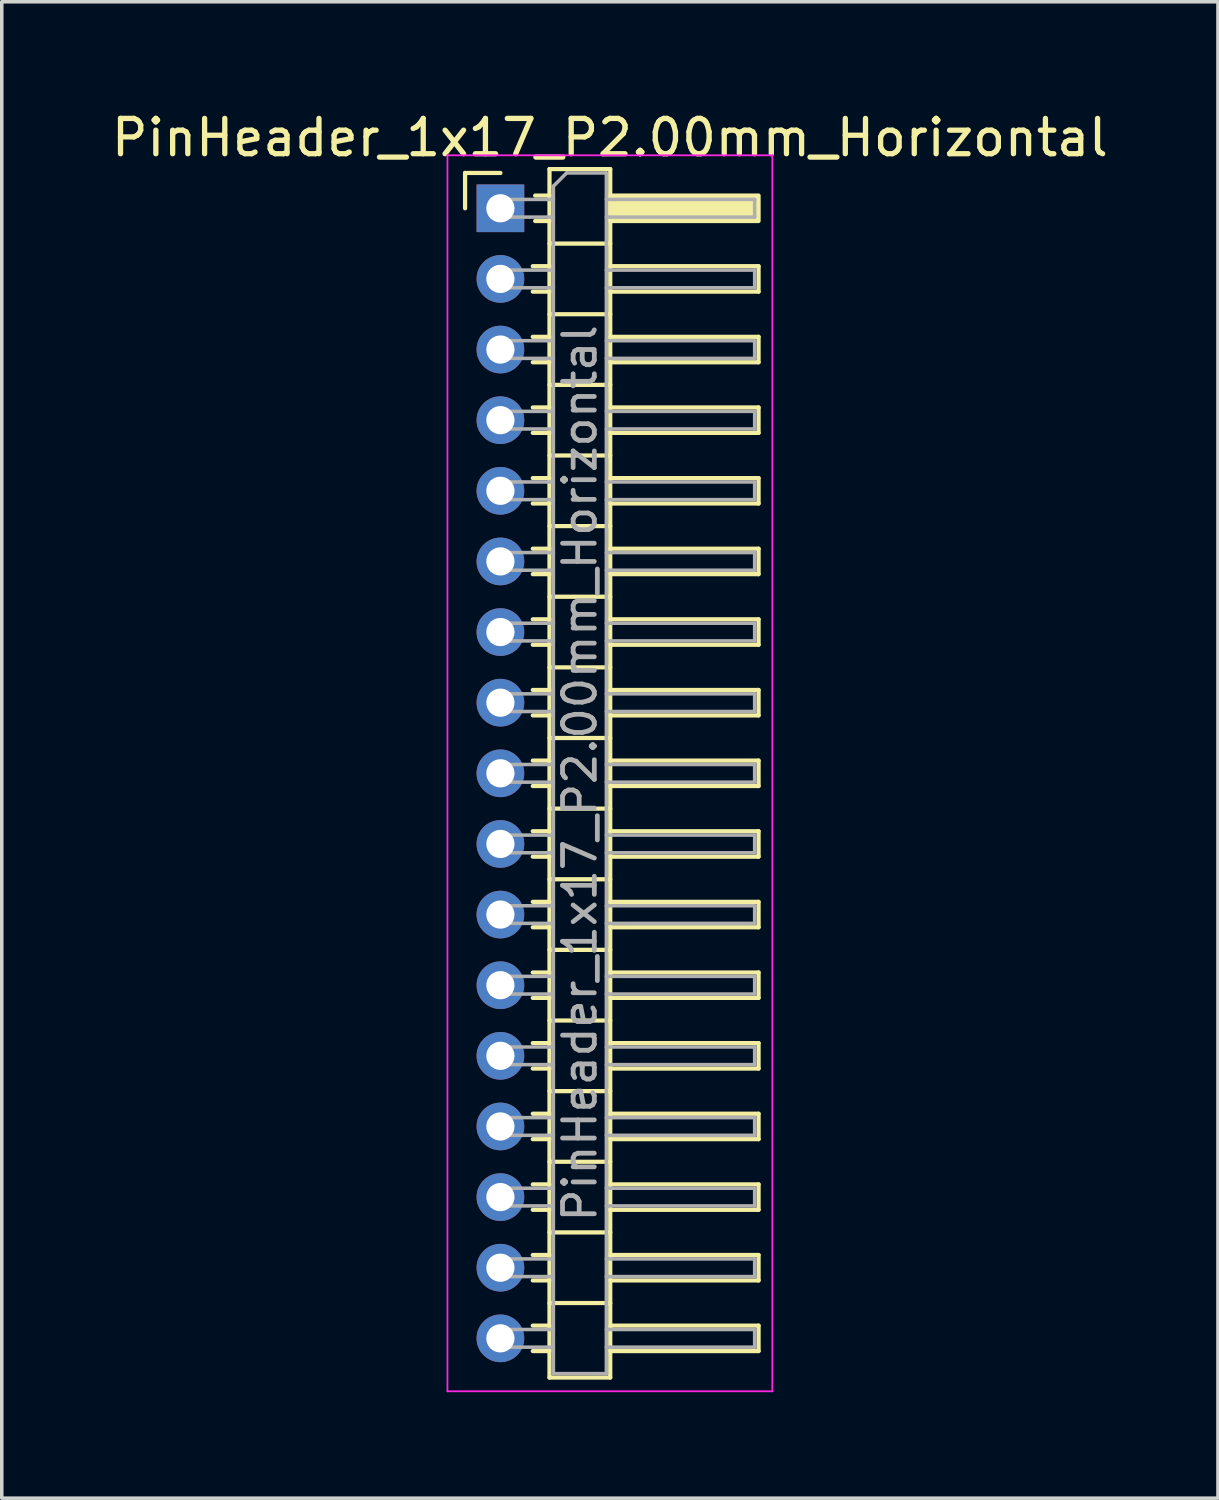
<source format=kicad_pcb>
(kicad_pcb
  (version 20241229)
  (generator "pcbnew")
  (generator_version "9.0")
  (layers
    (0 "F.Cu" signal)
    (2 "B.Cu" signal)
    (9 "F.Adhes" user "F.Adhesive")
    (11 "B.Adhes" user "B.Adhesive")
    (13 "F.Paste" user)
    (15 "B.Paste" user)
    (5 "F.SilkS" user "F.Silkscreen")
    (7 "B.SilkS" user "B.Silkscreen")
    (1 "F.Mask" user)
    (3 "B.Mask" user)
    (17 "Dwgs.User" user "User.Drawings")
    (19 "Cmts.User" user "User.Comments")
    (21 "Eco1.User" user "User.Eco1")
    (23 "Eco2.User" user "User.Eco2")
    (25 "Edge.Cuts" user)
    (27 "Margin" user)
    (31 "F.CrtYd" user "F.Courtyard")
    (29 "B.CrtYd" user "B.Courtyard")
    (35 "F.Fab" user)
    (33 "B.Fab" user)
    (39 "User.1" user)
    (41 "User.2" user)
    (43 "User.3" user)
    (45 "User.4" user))
  (footprint "PinHeader_1x17_P2.00mm_Horizontal"
    (layer "F.Cu")
    (at 11.12 2.848)
    (property "Reference" "PinHeader_1x17_P2.00mm_Horizontal" (at 3.1 -2 0) (layer "F.SilkS") (effects (font (size 1 1) (thickness 0.15))))
    (attr through_hole)
    (fp_line (start -1 -1) (end 0 -1) (stroke (width 0.12) (type solid)) (layer "F.SilkS"))
    (fp_line (start -1 0) (end -1 -1) (stroke (width 0.12) (type solid)) (layer "F.SilkS"))
    (fp_line (start 0.917 1.64) (end 1.39 1.64) (stroke (width 0.12) (type solid)) (layer "F.SilkS"))
    (fp_line (start 0.917 2.36) (end 1.39 2.36) (stroke (width 0.12) (type solid)) (layer "F.SilkS"))
    (fp_line (start 0.917 3.64) (end 1.39 3.64) (stroke (width 0.12) (type solid)) (layer "F.SilkS"))
    (fp_line (start 0.917 4.36) (end 1.39 4.36) (stroke (width 0.12) (type solid)) (layer "F.SilkS"))
    (fp_line (start 0.917 5.64) (end 1.39 5.64) (stroke (width 0.12) (type solid)) (layer "F.SilkS"))
    (fp_line (start 0.917 6.36) (end 1.39 6.36) (stroke (width 0.12) (type solid)) (layer "F.SilkS"))
    (fp_line (start 0.917 7.64) (end 1.39 7.64) (stroke (width 0.12) (type solid)) (layer "F.SilkS"))
    (fp_line (start 0.917 8.36) (end 1.39 8.36) (stroke (width 0.12) (type solid)) (layer "F.SilkS"))
    (fp_line (start 0.917 9.64) (end 1.39 9.64) (stroke (width 0.12) (type solid)) (layer "F.SilkS"))
    (fp_line (start 0.917 10.36) (end 1.39 10.36) (stroke (width 0.12) (type solid)) (layer "F.SilkS"))
    (fp_line (start 0.917 11.64) (end 1.39 11.64) (stroke (width 0.12) (type solid)) (layer "F.SilkS"))
    (fp_line (start 0.917 12.36) (end 1.39 12.36) (stroke (width 0.12) (type solid)) (layer "F.SilkS"))
    (fp_line (start 0.917 13.64) (end 1.39 13.64) (stroke (width 0.12) (type solid)) (layer "F.SilkS"))
    (fp_line (start 0.917 14.36) (end 1.39 14.36) (stroke (width 0.12) (type solid)) (layer "F.SilkS"))
    (fp_line (start 0.917 15.64) (end 1.39 15.64) (stroke (width 0.12) (type solid)) (layer "F.SilkS"))
    (fp_line (start 0.917 16.36) (end 1.39 16.36) (stroke (width 0.12) (type solid)) (layer "F.SilkS"))
    (fp_line (start 0.917 17.64) (end 1.39 17.64) (stroke (width 0.12) (type solid)) (layer "F.SilkS"))
    (fp_line (start 0.917 18.36) (end 1.39 18.36) (stroke (width 0.12) (type solid)) (layer "F.SilkS"))
    (fp_line (start 0.917 19.64) (end 1.39 19.64) (stroke (width 0.12) (type solid)) (layer "F.SilkS"))
    (fp_line (start 0.917 20.36) (end 1.39 20.36) (stroke (width 0.12) (type solid)) (layer "F.SilkS"))
    (fp_line (start 0.917 21.64) (end 1.39 21.64) (stroke (width 0.12) (type solid)) (layer "F.SilkS"))
    (fp_line (start 0.917 22.36) (end 1.39 22.36) (stroke (width 0.12) (type solid)) (layer "F.SilkS"))
    (fp_line (start 0.917 23.64) (end 1.39 23.64) (stroke (width 0.12) (type solid)) (layer "F.SilkS"))
    (fp_line (start 0.917 24.36) (end 1.39 24.36) (stroke (width 0.12) (type solid)) (layer "F.SilkS"))
    (fp_line (start 0.917 25.64) (end 1.39 25.64) (stroke (width 0.12) (type solid)) (layer "F.SilkS"))
    (fp_line (start 0.917 26.36) (end 1.39 26.36) (stroke (width 0.12) (type solid)) (layer "F.SilkS"))
    (fp_line (start 0.917 27.64) (end 1.39 27.64) (stroke (width 0.12) (type solid)) (layer "F.SilkS"))
    (fp_line (start 0.917 28.36) (end 1.39 28.36) (stroke (width 0.12) (type solid)) (layer "F.SilkS"))
    (fp_line (start 0.917 29.64) (end 1.39 29.64) (stroke (width 0.12) (type solid)) (layer "F.SilkS"))
    (fp_line (start 0.917 30.36) (end 1.39 30.36) (stroke (width 0.12) (type solid)) (layer "F.SilkS"))
    (fp_line (start 0.917 31.64) (end 1.39 31.64) (stroke (width 0.12) (type solid)) (layer "F.SilkS"))
    (fp_line (start 0.917 32.36) (end 1.39 32.36) (stroke (width 0.12) (type solid)) (layer "F.SilkS"))
    (fp_line (start 0.985 -0.36) (end 1.39 -0.36) (stroke (width 0.12) (type solid)) (layer "F.SilkS"))
    (fp_line (start 0.985 0.36) (end 1.39 0.36) (stroke (width 0.12) (type solid)) (layer "F.SilkS"))
    (fp_line (start 1.39 -1.11) (end 1.39 33.11) (stroke (width 0.12) (type solid)) (layer "F.SilkS"))
    (fp_line (start 1.39 1) (end 3.11 1) (stroke (width 0.12) (type solid)) (layer "F.SilkS"))
    (fp_line (start 1.39 3) (end 3.11 3) (stroke (width 0.12) (type solid)) (layer "F.SilkS"))
    (fp_line (start 1.39 5) (end 3.11 5) (stroke (width 0.12) (type solid)) (layer "F.SilkS"))
    (fp_line (start 1.39 7) (end 3.11 7) (stroke (width 0.12) (type solid)) (layer "F.SilkS"))
    (fp_line (start 1.39 9) (end 3.11 9) (stroke (width 0.12) (type solid)) (layer "F.SilkS"))
    (fp_line (start 1.39 11) (end 3.11 11) (stroke (width 0.12) (type solid)) (layer "F.SilkS"))
    (fp_line (start 1.39 13) (end 3.11 13) (stroke (width 0.12) (type solid)) (layer "F.SilkS"))
    (fp_line (start 1.39 15) (end 3.11 15) (stroke (width 0.12) (type solid)) (layer "F.SilkS"))
    (fp_line (start 1.39 17) (end 3.11 17) (stroke (width 0.12) (type solid)) (layer "F.SilkS"))
    (fp_line (start 1.39 19) (end 3.11 19) (stroke (width 0.12) (type solid)) (layer "F.SilkS"))
    (fp_line (start 1.39 21) (end 3.11 21) (stroke (width 0.12) (type solid)) (layer "F.SilkS"))
    (fp_line (start 1.39 23) (end 3.11 23) (stroke (width 0.12) (type solid)) (layer "F.SilkS"))
    (fp_line (start 1.39 25) (end 3.11 25) (stroke (width 0.12) (type solid)) (layer "F.SilkS"))
    (fp_line (start 1.39 27) (end 3.11 27) (stroke (width 0.12) (type solid)) (layer "F.SilkS"))
    (fp_line (start 1.39 29) (end 3.11 29) (stroke (width 0.12) (type solid)) (layer "F.SilkS"))
    (fp_line (start 1.39 31) (end 3.11 31) (stroke (width 0.12) (type solid)) (layer "F.SilkS"))
    (fp_line (start 1.39 33.11) (end 3.11 33.11) (stroke (width 0.12) (type solid)) (layer "F.SilkS"))
    (fp_line (start 3.11 -1.11) (end 1.39 -1.11) (stroke (width 0.12) (type solid)) (layer "F.SilkS"))
    (fp_line (start 3.11 1.64) (end 7.31 1.64) (stroke (width 0.12) (type solid)) (layer "F.SilkS"))
    (fp_line (start 3.11 3.64) (end 7.31 3.64) (stroke (width 0.12) (type solid)) (layer "F.SilkS"))
    (fp_line (start 3.11 5.64) (end 7.31 5.64) (stroke (width 0.12) (type solid)) (layer "F.SilkS"))
    (fp_line (start 3.11 7.64) (end 7.31 7.64) (stroke (width 0.12) (type solid)) (layer "F.SilkS"))
    (fp_line (start 3.11 9.64) (end 7.31 9.64) (stroke (width 0.12) (type solid)) (layer "F.SilkS"))
    (fp_line (start 3.11 11.64) (end 7.31 11.64) (stroke (width 0.12) (type solid)) (layer "F.SilkS"))
    (fp_line (start 3.11 13.64) (end 7.31 13.64) (stroke (width 0.12) (type solid)) (layer "F.SilkS"))
    (fp_line (start 3.11 15.64) (end 7.31 15.64) (stroke (width 0.12) (type solid)) (layer "F.SilkS"))
    (fp_line (start 3.11 17.64) (end 7.31 17.64) (stroke (width 0.12) (type solid)) (layer "F.SilkS"))
    (fp_line (start 3.11 19.64) (end 7.31 19.64) (stroke (width 0.12) (type solid)) (layer "F.SilkS"))
    (fp_line (start 3.11 21.64) (end 7.31 21.64) (stroke (width 0.12) (type solid)) (layer "F.SilkS"))
    (fp_line (start 3.11 23.64) (end 7.31 23.64) (stroke (width 0.12) (type solid)) (layer "F.SilkS"))
    (fp_line (start 3.11 25.64) (end 7.31 25.64) (stroke (width 0.12) (type solid)) (layer "F.SilkS"))
    (fp_line (start 3.11 27.64) (end 7.31 27.64) (stroke (width 0.12) (type solid)) (layer "F.SilkS"))
    (fp_line (start 3.11 29.64) (end 7.31 29.64) (stroke (width 0.12) (type solid)) (layer "F.SilkS"))
    (fp_line (start 3.11 31.64) (end 7.31 31.64) (stroke (width 0.12) (type solid)) (layer "F.SilkS"))
    (fp_line (start 3.11 33.11) (end 3.11 -1.11) (stroke (width 0.12) (type solid)) (layer "F.SilkS"))
    (fp_line (start 7.31 1.64) (end 7.31 2.36) (stroke (width 0.12) (type solid)) (layer "F.SilkS"))
    (fp_line (start 7.31 2.36) (end 3.11 2.36) (stroke (width 0.12) (type solid)) (layer "F.SilkS"))
    (fp_line (start 7.31 3.64) (end 7.31 4.36) (stroke (width 0.12) (type solid)) (layer "F.SilkS"))
    (fp_line (start 7.31 4.36) (end 3.11 4.36) (stroke (width 0.12) (type solid)) (layer "F.SilkS"))
    (fp_line (start 7.31 5.64) (end 7.31 6.36) (stroke (width 0.12) (type solid)) (layer "F.SilkS"))
    (fp_line (start 7.31 6.36) (end 3.11 6.36) (stroke (width 0.12) (type solid)) (layer "F.SilkS"))
    (fp_line (start 7.31 7.64) (end 7.31 8.36) (stroke (width 0.12) (type solid)) (layer "F.SilkS"))
    (fp_line (start 7.31 8.36) (end 3.11 8.36) (stroke (width 0.12) (type solid)) (layer "F.SilkS"))
    (fp_line (start 7.31 9.64) (end 7.31 10.36) (stroke (width 0.12) (type solid)) (layer "F.SilkS"))
    (fp_line (start 7.31 10.36) (end 3.11 10.36) (stroke (width 0.12) (type solid)) (layer "F.SilkS"))
    (fp_line (start 7.31 11.64) (end 7.31 12.36) (stroke (width 0.12) (type solid)) (layer "F.SilkS"))
    (fp_line (start 7.31 12.36) (end 3.11 12.36) (stroke (width 0.12) (type solid)) (layer "F.SilkS"))
    (fp_line (start 7.31 13.64) (end 7.31 14.36) (stroke (width 0.12) (type solid)) (layer "F.SilkS"))
    (fp_line (start 7.31 14.36) (end 3.11 14.36) (stroke (width 0.12) (type solid)) (layer "F.SilkS"))
    (fp_line (start 7.31 15.64) (end 7.31 16.36) (stroke (width 0.12) (type solid)) (layer "F.SilkS"))
    (fp_line (start 7.31 16.36) (end 3.11 16.36) (stroke (width 0.12) (type solid)) (layer "F.SilkS"))
    (fp_line (start 7.31 17.64) (end 7.31 18.36) (stroke (width 0.12) (type solid)) (layer "F.SilkS"))
    (fp_line (start 7.31 18.36) (end 3.11 18.36) (stroke (width 0.12) (type solid)) (layer "F.SilkS"))
    (fp_line (start 7.31 19.64) (end 7.31 20.36) (stroke (width 0.12) (type solid)) (layer "F.SilkS"))
    (fp_line (start 7.31 20.36) (end 3.11 20.36) (stroke (width 0.12) (type solid)) (layer "F.SilkS"))
    (fp_line (start 7.31 21.64) (end 7.31 22.36) (stroke (width 0.12) (type solid)) (layer "F.SilkS"))
    (fp_line (start 7.31 22.36) (end 3.11 22.36) (stroke (width 0.12) (type solid)) (layer "F.SilkS"))
    (fp_line (start 7.31 23.64) (end 7.31 24.36) (stroke (width 0.12) (type solid)) (layer "F.SilkS"))
    (fp_line (start 7.31 24.36) (end 3.11 24.36) (stroke (width 0.12) (type solid)) (layer "F.SilkS"))
    (fp_line (start 7.31 25.64) (end 7.31 26.36) (stroke (width 0.12) (type solid)) (layer "F.SilkS"))
    (fp_line (start 7.31 26.36) (end 3.11 26.36) (stroke (width 0.12) (type solid)) (layer "F.SilkS"))
    (fp_line (start 7.31 27.64) (end 7.31 28.36) (stroke (width 0.12) (type solid)) (layer "F.SilkS"))
    (fp_line (start 7.31 28.36) (end 3.11 28.36) (stroke (width 0.12) (type solid)) (layer "F.SilkS"))
    (fp_line (start 7.31 29.64) (end 7.31 30.36) (stroke (width 0.12) (type solid)) (layer "F.SilkS"))
    (fp_line (start 7.31 30.36) (end 3.11 30.36) (stroke (width 0.12) (type solid)) (layer "F.SilkS"))
    (fp_line (start 7.31 31.64) (end 7.31 32.36) (stroke (width 0.12) (type solid)) (layer "F.SilkS"))
    (fp_line (start 7.31 32.36) (end 3.11 32.36) (stroke (width 0.12) (type solid)) (layer "F.SilkS"))
    (fp_rect (start 3.11 -0.36) (end 7.31 0.36) (stroke (width 0.12) (type solid)) (fill yes) (layer "F.SilkS"))
    (fp_line (start -1.5 -1.5) (end -1.5 33.5) (stroke (width 0.05) (type solid)) (layer "F.CrtYd"))
    (fp_line (start -1.5 33.5) (end 7.7 33.5) (stroke (width 0.05) (type solid)) (layer "F.CrtYd"))
    (fp_line (start 7.7 -1.5) (end -1.5 -1.5) (stroke (width 0.05) (type solid)) (layer "F.CrtYd"))
    (fp_line (start 7.7 33.5) (end 7.7 -1.5) (stroke (width 0.05) (type solid)) (layer "F.CrtYd"))
    (fp_line (start -0.25 -0.25) (end -0.25 0.25) (stroke (width 0.1) (type solid)) (layer "F.Fab"))
    (fp_line (start -0.25 -0.25) (end 1.5 -0.25) (stroke (width 0.1) (type solid)) (layer "F.Fab"))
    (fp_line (start -0.25 0.25) (end 1.5 0.25) (stroke (width 0.1) (type solid)) (layer "F.Fab"))
    (fp_line (start -0.25 1.75) (end -0.25 2.25) (stroke (width 0.1) (type solid)) (layer "F.Fab"))
    (fp_line (start -0.25 1.75) (end 1.5 1.75) (stroke (width 0.1) (type solid)) (layer "F.Fab"))
    (fp_line (start -0.25 2.25) (end 1.5 2.25) (stroke (width 0.1) (type solid)) (layer "F.Fab"))
    (fp_line (start -0.25 3.75) (end -0.25 4.25) (stroke (width 0.1) (type solid)) (layer "F.Fab"))
    (fp_line (start -0.25 3.75) (end 1.5 3.75) (stroke (width 0.1) (type solid)) (layer "F.Fab"))
    (fp_line (start -0.25 4.25) (end 1.5 4.25) (stroke (width 0.1) (type solid)) (layer "F.Fab"))
    (fp_line (start -0.25 5.75) (end -0.25 6.25) (stroke (width 0.1) (type solid)) (layer "F.Fab"))
    (fp_line (start -0.25 5.75) (end 1.5 5.75) (stroke (width 0.1) (type solid)) (layer "F.Fab"))
    (fp_line (start -0.25 6.25) (end 1.5 6.25) (stroke (width 0.1) (type solid)) (layer "F.Fab"))
    (fp_line (start -0.25 7.75) (end -0.25 8.25) (stroke (width 0.1) (type solid)) (layer "F.Fab"))
    (fp_line (start -0.25 7.75) (end 1.5 7.75) (stroke (width 0.1) (type solid)) (layer "F.Fab"))
    (fp_line (start -0.25 8.25) (end 1.5 8.25) (stroke (width 0.1) (type solid)) (layer "F.Fab"))
    (fp_line (start -0.25 9.75) (end -0.25 10.25) (stroke (width 0.1) (type solid)) (layer "F.Fab"))
    (fp_line (start -0.25 9.75) (end 1.5 9.75) (stroke (width 0.1) (type solid)) (layer "F.Fab"))
    (fp_line (start -0.25 10.25) (end 1.5 10.25) (stroke (width 0.1) (type solid)) (layer "F.Fab"))
    (fp_line (start -0.25 11.75) (end -0.25 12.25) (stroke (width 0.1) (type solid)) (layer "F.Fab"))
    (fp_line (start -0.25 11.75) (end 1.5 11.75) (stroke (width 0.1) (type solid)) (layer "F.Fab"))
    (fp_line (start -0.25 12.25) (end 1.5 12.25) (stroke (width 0.1) (type solid)) (layer "F.Fab"))
    (fp_line (start -0.25 13.75) (end -0.25 14.25) (stroke (width 0.1) (type solid)) (layer "F.Fab"))
    (fp_line (start -0.25 13.75) (end 1.5 13.75) (stroke (width 0.1) (type solid)) (layer "F.Fab"))
    (fp_line (start -0.25 14.25) (end 1.5 14.25) (stroke (width 0.1) (type solid)) (layer "F.Fab"))
    (fp_line (start -0.25 15.75) (end -0.25 16.25) (stroke (width 0.1) (type solid)) (layer "F.Fab"))
    (fp_line (start -0.25 15.75) (end 1.5 15.75) (stroke (width 0.1) (type solid)) (layer "F.Fab"))
    (fp_line (start -0.25 16.25) (end 1.5 16.25) (stroke (width 0.1) (type solid)) (layer "F.Fab"))
    (fp_line (start -0.25 17.75) (end -0.25 18.25) (stroke (width 0.1) (type solid)) (layer "F.Fab"))
    (fp_line (start -0.25 17.75) (end 1.5 17.75) (stroke (width 0.1) (type solid)) (layer "F.Fab"))
    (fp_line (start -0.25 18.25) (end 1.5 18.25) (stroke (width 0.1) (type solid)) (layer "F.Fab"))
    (fp_line (start -0.25 19.75) (end -0.25 20.25) (stroke (width 0.1) (type solid)) (layer "F.Fab"))
    (fp_line (start -0.25 19.75) (end 1.5 19.75) (stroke (width 0.1) (type solid)) (layer "F.Fab"))
    (fp_line (start -0.25 20.25) (end 1.5 20.25) (stroke (width 0.1) (type solid)) (layer "F.Fab"))
    (fp_line (start -0.25 21.75) (end -0.25 22.25) (stroke (width 0.1) (type solid)) (layer "F.Fab"))
    (fp_line (start -0.25 21.75) (end 1.5 21.75) (stroke (width 0.1) (type solid)) (layer "F.Fab"))
    (fp_line (start -0.25 22.25) (end 1.5 22.25) (stroke (width 0.1) (type solid)) (layer "F.Fab"))
    (fp_line (start -0.25 23.75) (end -0.25 24.25) (stroke (width 0.1) (type solid)) (layer "F.Fab"))
    (fp_line (start -0.25 23.75) (end 1.5 23.75) (stroke (width 0.1) (type solid)) (layer "F.Fab"))
    (fp_line (start -0.25 24.25) (end 1.5 24.25) (stroke (width 0.1) (type solid)) (layer "F.Fab"))
    (fp_line (start -0.25 25.75) (end -0.25 26.25) (stroke (width 0.1) (type solid)) (layer "F.Fab"))
    (fp_line (start -0.25 25.75) (end 1.5 25.75) (stroke (width 0.1) (type solid)) (layer "F.Fab"))
    (fp_line (start -0.25 26.25) (end 1.5 26.25) (stroke (width 0.1) (type solid)) (layer "F.Fab"))
    (fp_line (start -0.25 27.75) (end -0.25 28.25) (stroke (width 0.1) (type solid)) (layer "F.Fab"))
    (fp_line (start -0.25 27.75) (end 1.5 27.75) (stroke (width 0.1) (type solid)) (layer "F.Fab"))
    (fp_line (start -0.25 28.25) (end 1.5 28.25) (stroke (width 0.1) (type solid)) (layer "F.Fab"))
    (fp_line (start -0.25 29.75) (end -0.25 30.25) (stroke (width 0.1) (type solid)) (layer "F.Fab"))
    (fp_line (start -0.25 29.75) (end 1.5 29.75) (stroke (width 0.1) (type solid)) (layer "F.Fab"))
    (fp_line (start -0.25 30.25) (end 1.5 30.25) (stroke (width 0.1) (type solid)) (layer "F.Fab"))
    (fp_line (start -0.25 31.75) (end -0.25 32.25) (stroke (width 0.1) (type solid)) (layer "F.Fab"))
    (fp_line (start -0.25 31.75) (end 1.5 31.75) (stroke (width 0.1) (type solid)) (layer "F.Fab"))
    (fp_line (start -0.25 32.25) (end 1.5 32.25) (stroke (width 0.1) (type solid)) (layer "F.Fab"))
    (fp_line (start 1.5 -0.625) (end 1.875 -1) (stroke (width 0.1) (type solid)) (layer "F.Fab"))
    (fp_line (start 1.5 33) (end 1.5 -0.625) (stroke (width 0.1) (type solid)) (layer "F.Fab"))
    (fp_line (start 1.875 -1) (end 3 -1) (stroke (width 0.1) (type solid)) (layer "F.Fab"))
    (fp_line (start 3 -1) (end 3 33) (stroke (width 0.1) (type solid)) (layer "F.Fab"))
    (fp_line (start 3 -0.25) (end 7.2 -0.25) (stroke (width 0.1) (type solid)) (layer "F.Fab"))
    (fp_line (start 3 0.25) (end 7.2 0.25) (stroke (width 0.1) (type solid)) (layer "F.Fab"))
    (fp_line (start 3 1.75) (end 7.2 1.75) (stroke (width 0.1) (type solid)) (layer "F.Fab"))
    (fp_line (start 3 2.25) (end 7.2 2.25) (stroke (width 0.1) (type solid)) (layer "F.Fab"))
    (fp_line (start 3 3.75) (end 7.2 3.75) (stroke (width 0.1) (type solid)) (layer "F.Fab"))
    (fp_line (start 3 4.25) (end 7.2 4.25) (stroke (width 0.1) (type solid)) (layer "F.Fab"))
    (fp_line (start 3 5.75) (end 7.2 5.75) (stroke (width 0.1) (type solid)) (layer "F.Fab"))
    (fp_line (start 3 6.25) (end 7.2 6.25) (stroke (width 0.1) (type solid)) (layer "F.Fab"))
    (fp_line (start 3 7.75) (end 7.2 7.75) (stroke (width 0.1) (type solid)) (layer "F.Fab"))
    (fp_line (start 3 8.25) (end 7.2 8.25) (stroke (width 0.1) (type solid)) (layer "F.Fab"))
    (fp_line (start 3 9.75) (end 7.2 9.75) (stroke (width 0.1) (type solid)) (layer "F.Fab"))
    (fp_line (start 3 10.25) (end 7.2 10.25) (stroke (width 0.1) (type solid)) (layer "F.Fab"))
    (fp_line (start 3 11.75) (end 7.2 11.75) (stroke (width 0.1) (type solid)) (layer "F.Fab"))
    (fp_line (start 3 12.25) (end 7.2 12.25) (stroke (width 0.1) (type solid)) (layer "F.Fab"))
    (fp_line (start 3 13.75) (end 7.2 13.75) (stroke (width 0.1) (type solid)) (layer "F.Fab"))
    (fp_line (start 3 14.25) (end 7.2 14.25) (stroke (width 0.1) (type solid)) (layer "F.Fab"))
    (fp_line (start 3 15.75) (end 7.2 15.75) (stroke (width 0.1) (type solid)) (layer "F.Fab"))
    (fp_line (start 3 16.25) (end 7.2 16.25) (stroke (width 0.1) (type solid)) (layer "F.Fab"))
    (fp_line (start 3 17.75) (end 7.2 17.75) (stroke (width 0.1) (type solid)) (layer "F.Fab"))
    (fp_line (start 3 18.25) (end 7.2 18.25) (stroke (width 0.1) (type solid)) (layer "F.Fab"))
    (fp_line (start 3 19.75) (end 7.2 19.75) (stroke (width 0.1) (type solid)) (layer "F.Fab"))
    (fp_line (start 3 20.25) (end 7.2 20.25) (stroke (width 0.1) (type solid)) (layer "F.Fab"))
    (fp_line (start 3 21.75) (end 7.2 21.75) (stroke (width 0.1) (type solid)) (layer "F.Fab"))
    (fp_line (start 3 22.25) (end 7.2 22.25) (stroke (width 0.1) (type solid)) (layer "F.Fab"))
    (fp_line (start 3 23.75) (end 7.2 23.75) (stroke (width 0.1) (type solid)) (layer "F.Fab"))
    (fp_line (start 3 24.25) (end 7.2 24.25) (stroke (width 0.1) (type solid)) (layer "F.Fab"))
    (fp_line (start 3 25.75) (end 7.2 25.75) (stroke (width 0.1) (type solid)) (layer "F.Fab"))
    (fp_line (start 3 26.25) (end 7.2 26.25) (stroke (width 0.1) (type solid)) (layer "F.Fab"))
    (fp_line (start 3 27.75) (end 7.2 27.75) (stroke (width 0.1) (type solid)) (layer "F.Fab"))
    (fp_line (start 3 28.25) (end 7.2 28.25) (stroke (width 0.1) (type solid)) (layer "F.Fab"))
    (fp_line (start 3 29.75) (end 7.2 29.75) (stroke (width 0.1) (type solid)) (layer "F.Fab"))
    (fp_line (start 3 30.25) (end 7.2 30.25) (stroke (width 0.1) (type solid)) (layer "F.Fab"))
    (fp_line (start 3 31.75) (end 7.2 31.75) (stroke (width 0.1) (type solid)) (layer "F.Fab"))
    (fp_line (start 3 32.25) (end 7.2 32.25) (stroke (width 0.1) (type solid)) (layer "F.Fab"))
    (fp_line (start 3 33) (end 1.5 33) (stroke (width 0.1) (type solid)) (layer "F.Fab"))
    (fp_line (start 7.2 -0.25) (end 7.2 0.25) (stroke (width 0.1) (type solid)) (layer "F.Fab"))
    (fp_line (start 7.2 1.75) (end 7.2 2.25) (stroke (width 0.1) (type solid)) (layer "F.Fab"))
    (fp_line (start 7.2 3.75) (end 7.2 4.25) (stroke (width 0.1) (type solid)) (layer "F.Fab"))
    (fp_line (start 7.2 5.75) (end 7.2 6.25) (stroke (width 0.1) (type solid)) (layer "F.Fab"))
    (fp_line (start 7.2 7.75) (end 7.2 8.25) (stroke (width 0.1) (type solid)) (layer "F.Fab"))
    (fp_line (start 7.2 9.75) (end 7.2 10.25) (stroke (width 0.1) (type solid)) (layer "F.Fab"))
    (fp_line (start 7.2 11.75) (end 7.2 12.25) (stroke (width 0.1) (type solid)) (layer "F.Fab"))
    (fp_line (start 7.2 13.75) (end 7.2 14.25) (stroke (width 0.1) (type solid)) (layer "F.Fab"))
    (fp_line (start 7.2 15.75) (end 7.2 16.25) (stroke (width 0.1) (type solid)) (layer "F.Fab"))
    (fp_line (start 7.2 17.75) (end 7.2 18.25) (stroke (width 0.1) (type solid)) (layer "F.Fab"))
    (fp_line (start 7.2 19.75) (end 7.2 20.25) (stroke (width 0.1) (type solid)) (layer "F.Fab"))
    (fp_line (start 7.2 21.75) (end 7.2 22.25) (stroke (width 0.1) (type solid)) (layer "F.Fab"))
    (fp_line (start 7.2 23.75) (end 7.2 24.25) (stroke (width 0.1) (type solid)) (layer "F.Fab"))
    (fp_line (start 7.2 25.75) (end 7.2 26.25) (stroke (width 0.1) (type solid)) (layer "F.Fab"))
    (fp_line (start 7.2 27.75) (end 7.2 28.25) (stroke (width 0.1) (type solid)) (layer "F.Fab"))
    (fp_line (start 7.2 29.75) (end 7.2 30.25) (stroke (width 0.1) (type solid)) (layer "F.Fab"))
    (fp_line (start 7.2 31.75) (end 7.2 32.25) (stroke (width 0.1) (type solid)) (layer "F.Fab"))
    (fp_text user "${REFERENCE}" (at 2.25 16 90) (layer "F.Fab") (effects (font (size 0.9 0.9) (thickness 0.135))))
    (pad "1" thru_hole rect (at 0 0) (size 1.35 1.35) (drill 0.8) (layers "*.Cu" "*.Mask"))
    (pad "2" thru_hole circle (at 0 2) (size 1.35 1.35) (drill 0.8) (layers "*.Cu" "*.Mask"))
    (pad "3" thru_hole circle (at 0 4) (size 1.35 1.35) (drill 0.8) (layers "*.Cu" "*.Mask"))
    (pad "4" thru_hole circle (at 0 6) (size 1.35 1.35) (drill 0.8) (layers "*.Cu" "*.Mask"))
    (pad "5" thru_hole circle (at 0 8) (size 1.35 1.35) (drill 0.8) (layers "*.Cu" "*.Mask"))
    (pad "6" thru_hole circle (at 0 10) (size 1.35 1.35) (drill 0.8) (layers "*.Cu" "*.Mask"))
    (pad "7" thru_hole circle (at 0 12) (size 1.35 1.35) (drill 0.8) (layers "*.Cu" "*.Mask"))
    (pad "8" thru_hole circle (at 0 14) (size 1.35 1.35) (drill 0.8) (layers "*.Cu" "*.Mask"))
    (pad "9" thru_hole circle (at 0 16) (size 1.35 1.35) (drill 0.8) (layers "*.Cu" "*.Mask"))
    (pad "10" thru_hole circle (at 0 18) (size 1.35 1.35) (drill 0.8) (layers "*.Cu" "*.Mask"))
    (pad "11" thru_hole circle (at 0 20) (size 1.35 1.35) (drill 0.8) (layers "*.Cu" "*.Mask"))
    (pad "12" thru_hole circle (at 0 22) (size 1.35 1.35) (drill 0.8) (layers "*.Cu" "*.Mask"))
    (pad "13" thru_hole circle (at 0 24) (size 1.35 1.35) (drill 0.8) (layers "*.Cu" "*.Mask"))
    (pad "14" thru_hole circle (at 0 26) (size 1.35 1.35) (drill 0.8) (layers "*.Cu" "*.Mask"))
    (pad "15" thru_hole circle (at 0 28) (size 1.35 1.35) (drill 0.8) (layers "*.Cu" "*.Mask"))
    (pad "16" thru_hole circle (at 0 30) (size 1.35 1.35) (drill 0.8) (layers "*.Cu" "*.Mask"))
    (pad "17" thru_hole circle (at 0 32) (size 1.35 1.35) (drill 0.8) (layers "*.Cu" "*.Mask")))
  (gr_rect
    (start -3 -3)
    (end 31.44 39.373)
    (stroke (width 0.1) (type default))
    (fill no)
    (layer "Edge.Cuts")))
</source>
